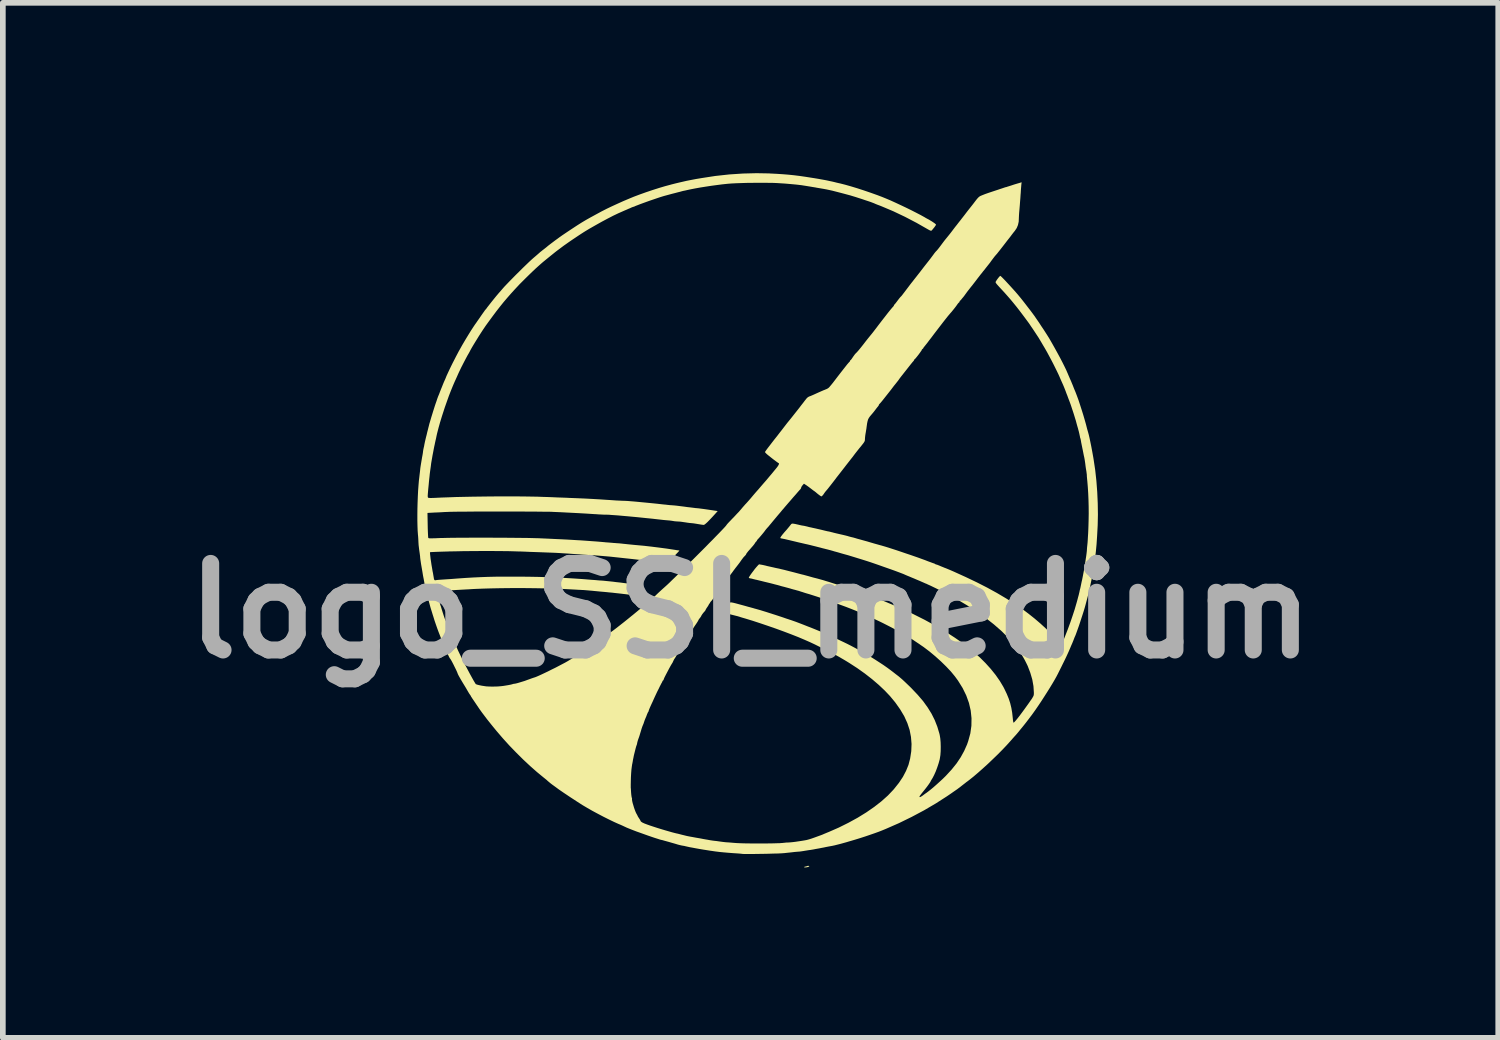
<source format=kicad_pcb>
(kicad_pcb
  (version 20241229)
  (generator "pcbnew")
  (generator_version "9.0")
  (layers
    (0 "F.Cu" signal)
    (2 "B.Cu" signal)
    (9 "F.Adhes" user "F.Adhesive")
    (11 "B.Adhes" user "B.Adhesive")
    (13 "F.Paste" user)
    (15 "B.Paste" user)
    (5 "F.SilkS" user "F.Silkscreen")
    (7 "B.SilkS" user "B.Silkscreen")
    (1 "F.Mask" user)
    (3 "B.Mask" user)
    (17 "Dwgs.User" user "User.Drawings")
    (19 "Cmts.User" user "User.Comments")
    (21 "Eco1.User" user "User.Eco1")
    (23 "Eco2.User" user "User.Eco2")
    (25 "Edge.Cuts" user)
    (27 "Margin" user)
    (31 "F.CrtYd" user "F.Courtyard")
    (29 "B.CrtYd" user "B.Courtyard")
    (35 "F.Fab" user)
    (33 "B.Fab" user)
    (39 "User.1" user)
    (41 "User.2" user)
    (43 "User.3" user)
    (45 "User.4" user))
  (footprint "logo_SSI_medium"
    (layer "F.Cu")
    (at 10.167 7.707)
    (property "Reference" "logo_SSI_medium" (at 0 0 0) (layer "F.Fab") (effects (font (size 1.524 1.524) (thickness 0.3))))
    (attr board_only exclude_from_pos_files exclude_from_bom)
    (fp_poly (pts (xy 1.025 4.492) (xy 1.036 4.498) (xy 1.031 4.504) (xy 1.029 4.505) (xy 1.01 4.512) (xy 0.986 4.517) (xy 0.964 4.519) (xy 0.948 4.518) (xy 0.944 4.515) (xy 0.951 4.507) (xy 0.961 4.505) (xy 0.982 4.501) (xy 0.994 4.496) (xy 1.013 4.49)) (stroke (width 0) (type solid)) (fill yes) (layer "F.SilkS"))
    (fp_poly (pts (xy 0.332 -7.703) (xy 0.337 -7.702) (xy 0.458 -7.696) (xy 0.566 -7.689) (xy 0.666 -7.681) (xy 0.763 -7.671) (xy 0.861 -7.659) (xy 0.965 -7.644) (xy 1.079 -7.626) (xy 1.118 -7.62) (xy 1.191 -7.608) (xy 1.251 -7.597) (xy 1.302 -7.588) (xy 1.348 -7.579) (xy 1.393 -7.569) (xy 1.441 -7.559) (xy 1.483 -7.549) (xy 1.518 -7.54) (xy 1.549 -7.533) (xy 1.57 -7.528) (xy 1.573 -7.528) (xy 1.663 -7.505) (xy 1.766 -7.476) (xy 1.878 -7.442) (xy 1.995 -7.404) (xy 2.115 -7.363) (xy 2.233 -7.321) (xy 2.312 -7.291) (xy 2.381 -7.263) (xy 2.462 -7.229) (xy 2.55 -7.189) (xy 2.642 -7.146) (xy 2.737 -7.101) (xy 2.829 -7.056) (xy 2.917 -7.011) (xy 2.996 -6.97) (xy 3.065 -6.932) (xy 3.086 -6.919) (xy 3.11 -6.906) (xy 3.127 -6.897) (xy 3.133 -6.894) (xy 3.141 -6.89) (xy 3.16 -6.878) (xy 3.187 -6.862) (xy 3.204 -6.851) (xy 3.238 -6.828) (xy 3.259 -6.811) (xy 3.267 -6.8) (xy 3.267 -6.798) (xy 3.253 -6.776) (xy 3.235 -6.751) (xy 3.215 -6.727) (xy 3.198 -6.706) (xy 3.186 -6.695) (xy 3.184 -6.693) (xy 3.171 -6.695) (xy 3.15 -6.704) (xy 3.132 -6.714) (xy 2.925 -6.832) (xy 2.718 -6.94) (xy 2.514 -7.037) (xy 2.315 -7.121) (xy 2.278 -7.136) (xy 2.24 -7.15) (xy 2.205 -7.164) (xy 2.178 -7.176) (xy 2.168 -7.18) (xy 2.147 -7.188) (xy 2.113 -7.201) (xy 2.068 -7.216) (xy 2.016 -7.233) (xy 1.961 -7.252) (xy 1.904 -7.27) (xy 1.849 -7.288) (xy 1.799 -7.303) (xy 1.757 -7.316) (xy 1.734 -7.322) (xy 1.645 -7.346) (xy 1.569 -7.366) (xy 1.503 -7.383) (xy 1.445 -7.398) (xy 1.391 -7.41) (xy 1.339 -7.421) (xy 1.285 -7.431) (xy 1.227 -7.441) (xy 1.161 -7.452) (xy 1.148 -7.455) (xy 1.098 -7.463) (xy 1.045 -7.472) (xy 0.996 -7.48) (xy 0.965 -7.485) (xy 0.895 -7.496) (xy 0.81 -7.506) (xy 0.714 -7.515) (xy 0.61 -7.524) (xy 0.5 -7.531) (xy 0.472 -7.533) (xy 0.401 -7.536) (xy 0.319 -7.537) (xy 0.227 -7.538) (xy 0.13 -7.538) (xy 0.031 -7.537) (xy -0.068 -7.536) (xy -0.163 -7.533) (xy -0.252 -7.53) (xy -0.331 -7.526) (xy -0.397 -7.521) (xy -0.417 -7.519) (xy -0.501 -7.51) (xy -0.594 -7.498) (xy -0.691 -7.485) (xy -0.789 -7.47) (xy -0.884 -7.455) (xy -0.973 -7.439) (xy -1.05 -7.424) (xy -1.092 -7.415) (xy -1.124 -7.408) (xy -1.149 -7.402) (xy -1.164 -7.399) (xy -1.165 -7.399) (xy -1.176 -7.397) (xy -1.201 -7.391) (xy -1.237 -7.381) (xy -1.281 -7.37) (xy -1.33 -7.357) (xy -1.382 -7.344) (xy -1.433 -7.33) (xy -1.481 -7.317) (xy -1.522 -7.306) (xy -1.555 -7.296) (xy -1.6 -7.282) (xy -1.653 -7.264) (xy -1.712 -7.244) (xy -1.774 -7.223) (xy -1.835 -7.201) (xy -1.893 -7.18) (xy -1.945 -7.161) (xy -1.988 -7.144) (xy -2.02 -7.132) (xy -2.029 -7.128) (xy -2.048 -7.119) (xy -2.061 -7.115) (xy -2.061 -7.115) (xy -2.066 -7.114) (xy -2.075 -7.111) (xy -2.091 -7.105) (xy -2.116 -7.093) (xy -2.155 -7.077) (xy -2.159 -7.075) (xy -2.188 -7.062) (xy -2.224 -7.047) (xy -2.253 -7.034) (xy -2.33 -7) (xy -2.418 -6.958) (xy -2.515 -6.908) (xy -2.618 -6.853) (xy -2.725 -6.793) (xy -2.834 -6.731) (xy -2.899 -6.692) (xy -2.933 -6.671) (xy -2.978 -6.642) (xy -3.03 -6.608) (xy -3.085 -6.571) (xy -3.142 -6.533) (xy -3.196 -6.496) (xy -3.244 -6.462) (xy -3.284 -6.434) (xy -3.307 -6.417) (xy -3.339 -6.393) (xy -3.372 -6.368) (xy -3.398 -6.349) (xy -3.399 -6.348) (xy -3.419 -6.333) (xy -3.447 -6.311) (xy -3.484 -6.281) (xy -3.53 -6.244) (xy -3.588 -6.197) (xy -3.654 -6.143) (xy -3.69 -6.112) (xy -3.736 -6.071) (xy -3.789 -6.023) (xy -3.846 -5.969) (xy -3.904 -5.913) (xy -3.962 -5.856) (xy -4.017 -5.801) (xy -4.067 -5.751) (xy -4.079 -5.738) (xy -4.152 -5.66) (xy -4.22 -5.585) (xy -4.284 -5.512) (xy -4.347 -5.438) (xy -4.409 -5.361) (xy -4.474 -5.278) (xy -4.542 -5.187) (xy -4.617 -5.085) (xy -4.664 -5.02) (xy -4.687 -4.986) (xy -4.716 -4.943) (xy -4.749 -4.892) (xy -4.784 -4.838) (xy -4.819 -4.781) (xy -4.853 -4.726) (xy -4.884 -4.675) (xy -4.91 -4.631) (xy -4.929 -4.597) (xy -4.937 -4.582) (xy -4.946 -4.564) (xy -4.961 -4.537) (xy -4.979 -4.506) (xy -4.982 -4.501) (xy -5.016 -4.438) (xy -5.054 -4.365) (xy -5.093 -4.289) (xy -5.129 -4.214) (xy -5.148 -4.173) (xy -5.166 -4.132) (xy -5.184 -4.092) (xy -5.199 -4.059) (xy -5.207 -4.042) (xy -5.239 -3.968) (xy -5.275 -3.88) (xy -5.312 -3.785) (xy -5.348 -3.684) (xy -5.384 -3.582) (xy -5.416 -3.483) (xy -5.432 -3.434) (xy -5.444 -3.395) (xy -5.455 -3.359) (xy -5.463 -3.332) (xy -5.467 -3.32) (xy -5.478 -3.28) (xy -5.492 -3.231) (xy -5.506 -3.177) (xy -5.519 -3.126) (xy -5.529 -3.082) (xy -5.53 -3.077) (xy -5.538 -3.037) (xy -5.549 -2.99) (xy -5.559 -2.944) (xy -5.56 -2.937) (xy -5.569 -2.897) (xy -5.579 -2.847) (xy -5.589 -2.793) (xy -5.6 -2.737) (xy -5.609 -2.684) (xy -5.617 -2.638) (xy -5.623 -2.603) (xy -5.624 -2.597) (xy -5.631 -2.54) (xy -5.638 -2.491) (xy -5.644 -2.447) (xy -5.649 -2.407) (xy -5.653 -2.366) (xy -5.658 -2.323) (xy -5.663 -2.274) (xy -5.668 -2.217) (xy -5.675 -2.149) (xy -5.682 -2.067) (xy -5.683 -2.052) (xy -5.685 -2.019) (xy -5.682 -1.999) (xy -5.677 -1.992) (xy -5.662 -1.988) (xy -5.631 -1.987) (xy -5.584 -1.988) (xy -5.542 -1.99) (xy -5.437 -1.995) (xy -5.317 -1.999) (xy -5.186 -2.004) (xy -5.045 -2.007) (xy -4.897 -2.01) (xy -4.745 -2.012) (xy -4.59 -2.014) (xy -4.436 -2.015) (xy -4.284 -2.015) (xy -4.137 -2.015) (xy -3.998 -2.014) (xy -3.868 -2.012) (xy -3.75 -2.01) (xy -3.647 -2.006) (xy -3.643 -2.006) (xy -3.573 -2.004) (xy -3.493 -2.001) (xy -3.407 -1.997) (xy -3.32 -1.994) (xy -3.239 -1.991) (xy -3.205 -1.989) (xy -3.05 -1.983) (xy -2.91 -1.977) (xy -2.78 -1.97) (xy -2.657 -1.963) (xy -2.539 -1.955) (xy -2.474 -1.951) (xy -2.417 -1.947) (xy -2.363 -1.943) (xy -2.315 -1.941) (xy -2.276 -1.939) (xy -2.25 -1.938) (xy -2.248 -1.938) (xy -2.217 -1.937) (xy -2.171 -1.935) (xy -2.11 -1.93) (xy -2.037 -1.924) (xy -1.952 -1.916) (xy -1.858 -1.907) (xy -1.755 -1.897) (xy -1.646 -1.886) (xy -1.531 -1.873) (xy -1.496 -1.87) (xy -1.455 -1.865) (xy -1.415 -1.861) (xy -1.382 -1.859) (xy -1.373 -1.858) (xy -1.344 -1.856) (xy -1.305 -1.852) (xy -1.265 -1.847) (xy -1.258 -1.846) (xy -1.177 -1.836) (xy -1.112 -1.827) (xy -1.059 -1.821) (xy -1.018 -1.816) (xy -0.987 -1.812) (xy -0.964 -1.809) (xy -0.947 -1.808) (xy -0.939 -1.807) (xy -0.915 -1.805) (xy -0.878 -1.8) (xy -0.83 -1.794) (xy -0.774 -1.786) (xy -0.713 -1.777) (xy -0.652 -1.768) (xy -0.64 -1.766) (xy -0.578 -1.757) (xy -0.609 -1.722) (xy -0.669 -1.656) (xy -0.719 -1.603) (xy -0.758 -1.563) (xy -0.789 -1.535) (xy -0.811 -1.518) (xy -0.825 -1.513) (xy -0.843 -1.515) (xy -0.872 -1.519) (xy -0.907 -1.525) (xy -0.914 -1.526) (xy -0.956 -1.533) (xy -1 -1.54) (xy -1.037 -1.544) (xy -1.037 -1.544) (xy -1.073 -1.547) (xy -1.117 -1.553) (xy -1.16 -1.56) (xy -1.164 -1.56) (xy -1.203 -1.566) (xy -1.241 -1.571) (xy -1.272 -1.573) (xy -1.276 -1.573) (xy -1.311 -1.575) (xy -1.349 -1.579) (xy -1.358 -1.581) (xy -1.389 -1.586) (xy -1.428 -1.591) (xy -1.454 -1.593) (xy -1.489 -1.596) (xy -1.533 -1.6) (xy -1.577 -1.605) (xy -1.585 -1.606) (xy -1.657 -1.614) (xy -1.735 -1.623) (xy -1.818 -1.631) (xy -1.904 -1.64) (xy -1.992 -1.649) (xy -2.078 -1.657) (xy -2.163 -1.665) (xy -2.244 -1.672) (xy -2.319 -1.679) (xy -2.387 -1.684) (xy -2.446 -1.688) (xy -2.493 -1.692) (xy -2.528 -1.693) (xy -2.549 -1.693) (xy -2.554 -1.693) (xy -2.564 -1.693) (xy -2.589 -1.694) (xy -2.626 -1.696) (xy -2.672 -1.698) (xy -2.724 -1.702) (xy -2.749 -1.703) (xy -2.87 -1.711) (xy -3.007 -1.719) (xy -3.161 -1.727) (xy -3.332 -1.736) (xy -3.473 -1.742) (xy -3.506 -1.744) (xy -3.555 -1.745) (xy -3.618 -1.745) (xy -3.693 -1.746) (xy -3.778 -1.747) (xy -3.873 -1.747) (xy -3.975 -1.748) (xy -4.083 -1.748) (xy -4.196 -1.748) (xy -4.311 -1.749) (xy -4.428 -1.749) (xy -4.544 -1.748) (xy -4.658 -1.748) (xy -4.769 -1.748) (xy -4.874 -1.748) (xy -4.973 -1.747) (xy -5.064 -1.746) (xy -5.144 -1.746) (xy -5.214 -1.745) (xy -5.27 -1.744) (xy -5.311 -1.743) (xy -5.326 -1.742) (xy -5.385 -1.74) (xy -5.448 -1.736) (xy -5.51 -1.733) (xy -5.563 -1.731) (xy -5.58 -1.73) (xy -5.689 -1.724) (xy -5.685 -1.509) (xy -5.684 -1.45) (xy -5.682 -1.396) (xy -5.68 -1.35) (xy -5.678 -1.314) (xy -5.676 -1.291) (xy -5.674 -1.283) (xy -5.668 -1.28) (xy -5.655 -1.277) (xy -5.632 -1.276) (xy -5.598 -1.277) (xy -5.551 -1.278) (xy -5.509 -1.28) (xy -5.463 -1.282) (xy -5.402 -1.283) (xy -5.327 -1.285) (xy -5.241 -1.286) (xy -5.144 -1.287) (xy -5.039 -1.287) (xy -4.928 -1.288) (xy -4.812 -1.288) (xy -4.693 -1.288) (xy -4.572 -1.288) (xy -4.452 -1.287) (xy -4.334 -1.287) (xy -4.22 -1.286) (xy -4.112 -1.285) (xy -4.011 -1.284) (xy -3.919 -1.283) (xy -3.838 -1.281) (xy -3.77 -1.279) (xy -3.716 -1.278) (xy -3.706 -1.277) (xy -3.568 -1.271) (xy -3.445 -1.265) (xy -3.335 -1.26) (xy -3.237 -1.255) (xy -3.148 -1.25) (xy -3.067 -1.245) (xy -2.992 -1.241) (xy -2.921 -1.236) (xy -2.852 -1.231) (xy -2.784 -1.226) (xy -2.714 -1.221) (xy -2.641 -1.215) (xy -2.563 -1.208) (xy -2.559 -1.207) (xy -2.503 -1.203) (xy -2.453 -1.199) (xy -2.41 -1.195) (xy -2.377 -1.193) (xy -2.358 -1.191) (xy -2.355 -1.191) (xy -2.339 -1.19) (xy -2.31 -1.188) (xy -2.271 -1.184) (xy -2.227 -1.179) (xy -2.214 -1.178) (xy -2.159 -1.172) (xy -2.098 -1.166) (xy -2.039 -1.16) (xy -1.993 -1.156) (xy -1.873 -1.145) (xy -1.742 -1.13) (xy -1.606 -1.113) (xy -1.47 -1.095) (xy -1.34 -1.075) (xy -1.338 -1.075) (xy -1.303 -1.069) (xy -1.275 -1.065) (xy -1.257 -1.063) (xy -1.253 -1.063) (xy -1.256 -1.057) (xy -1.268 -1.042) (xy -1.289 -1.02) (xy -1.315 -0.993) (xy -1.344 -0.964) (xy -1.374 -0.934) (xy -1.402 -0.906) (xy -1.427 -0.883) (xy -1.446 -0.867) (xy -1.447 -0.866) (xy -1.479 -0.84) (xy -1.554 -0.85) (xy -1.597 -0.856) (xy -1.644 -0.862) (xy -1.683 -0.868) (xy -1.687 -0.868) (xy -1.726 -0.873) (xy -1.767 -0.878) (xy -1.794 -0.88) (xy -1.826 -0.883) (xy -1.867 -0.887) (xy -1.907 -0.892) (xy -1.908 -0.892) (xy -1.939 -0.896) (xy -1.975 -0.9) (xy -2.018 -0.905) (xy -2.071 -0.911) (xy -2.135 -0.918) (xy -2.211 -0.926) (xy -2.302 -0.936) (xy -2.367 -0.943) (xy -2.479 -0.955) (xy -2.585 -0.964) (xy -2.682 -0.972) (xy -2.768 -0.979) (xy -2.818 -0.981) (xy -2.853 -0.983) (xy -2.898 -0.986) (xy -2.95 -0.989) (xy -3.002 -0.993) (xy -3.009 -0.994) (xy -3.116 -1.001) (xy -3.209 -1.008) (xy -3.293 -1.013) (xy -3.37 -1.018) (xy -3.446 -1.022) (xy -3.523 -1.025) (xy -3.604 -1.028) (xy -3.63 -1.029) (xy -3.707 -1.032) (xy -3.794 -1.035) (xy -3.884 -1.038) (xy -3.972 -1.042) (xy -4.051 -1.045) (xy -4.072 -1.045) (xy -4.164 -1.048) (xy -4.27 -1.051) (xy -4.388 -1.052) (xy -4.514 -1.053) (xy -4.647 -1.054) (xy -4.783 -1.053) (xy -4.92 -1.052) (xy -5.055 -1.051) (xy -5.185 -1.048) (xy -5.307 -1.046) (xy -5.325 -1.045) (xy -5.397 -1.043) (xy -5.463 -1.041) (xy -5.521 -1.039) (xy -5.57 -1.037) (xy -5.609 -1.035) (xy -5.633 -1.034) (xy -5.643 -1.032) (xy -5.643 -1.032) (xy -5.645 -1.022) (xy -5.643 -0.997) (xy -5.639 -0.961) (xy -5.634 -0.916) (xy -5.626 -0.864) (xy -5.618 -0.809) (xy -5.608 -0.752) (xy -5.599 -0.697) (xy -5.592 -0.665) (xy -5.587 -0.634) (xy -5.582 -0.605) (xy -5.58 -0.594) (xy -5.575 -0.562) (xy -5.568 -0.545) (xy -5.558 -0.538) (xy -5.544 -0.539) (xy -5.527 -0.542) (xy -5.498 -0.545) (xy -5.459 -0.548) (xy -5.414 -0.551) (xy -5.398 -0.552) (xy -5.34 -0.556) (xy -5.275 -0.56) (xy -5.212 -0.565) (xy -5.16 -0.569) (xy -5.02 -0.579) (xy -4.886 -0.587) (xy -4.754 -0.593) (xy -4.622 -0.598) (xy -4.485 -0.601) (xy -4.341 -0.602) (xy -4.186 -0.602) (xy -4.063 -0.602) (xy -3.887 -0.6) (xy -3.723 -0.597) (xy -3.568 -0.592) (xy -3.418 -0.587) (xy -3.269 -0.579) (xy -3.116 -0.57) (xy -2.956 -0.559) (xy -2.785 -0.545) (xy -2.754 -0.543) (xy -2.707 -0.539) (xy -2.663 -0.535) (xy -2.625 -0.533) (xy -2.599 -0.531) (xy -2.597 -0.531) (xy -2.569 -0.528) (xy -2.53 -0.524) (xy -2.48 -0.519) (xy -2.423 -0.513) (xy -2.36 -0.505) (xy -2.294 -0.498) (xy -2.227 -0.489) (xy -2.161 -0.481) (xy -2.098 -0.473) (xy -2.04 -0.465) (xy -1.99 -0.459) (xy -1.949 -0.453) (xy -1.921 -0.448) (xy -1.906 -0.445) (xy -1.905 -0.445) (xy -1.908 -0.438) (xy -1.922 -0.425) (xy -1.93 -0.419) (xy -1.948 -0.403) (xy -1.976 -0.38) (xy -2.007 -0.353) (xy -2.025 -0.338) (xy -2.092 -0.28) (xy -2.136 -0.285) (xy -2.163 -0.288) (xy -2.201 -0.293) (xy -2.245 -0.298) (xy -2.278 -0.302) (xy -2.323 -0.307) (xy -2.379 -0.313) (xy -2.439 -0.32) (xy -2.497 -0.325) (xy -2.512 -0.327) (xy -2.574 -0.333) (xy -2.644 -0.339) (xy -2.715 -0.346) (xy -2.778 -0.352) (xy -2.784 -0.353) (xy -2.833 -0.357) (xy -2.878 -0.361) (xy -2.915 -0.364) (xy -2.941 -0.366) (xy -2.95 -0.367) (xy -2.966 -0.367) (xy -2.997 -0.369) (xy -3.04 -0.371) (xy -3.091 -0.374) (xy -3.148 -0.377) (xy -3.188 -0.379) (xy -3.318 -0.386) (xy -3.461 -0.391) (xy -3.614 -0.395) (xy -3.773 -0.398) (xy -3.936 -0.4) (xy -4.1 -0.401) (xy -4.263 -0.4) (xy -4.421 -0.398) (xy -4.572 -0.395) (xy -4.712 -0.391) (xy -4.841 -0.386) (xy -4.901 -0.383) (xy -4.959 -0.379) (xy -5.019 -0.376) (xy -5.076 -0.373) (xy -5.125 -0.37) (xy -5.147 -0.369) (xy -5.196 -0.366) (xy -5.253 -0.362) (xy -5.311 -0.356) (xy -5.347 -0.352) (xy -5.391 -0.348) (xy -5.432 -0.344) (xy -5.465 -0.341) (xy -5.485 -0.34) (xy -5.502 -0.339) (xy -5.512 -0.334) (xy -5.516 -0.323) (xy -5.515 -0.303) (xy -5.507 -0.27) (xy -5.499 -0.24) (xy -5.49 -0.206) (xy -5.483 -0.177) (xy -5.478 -0.157) (xy -5.478 -0.155) (xy -5.472 -0.134) (xy -5.464 -0.107) (xy -5.463 -0.104) (xy -5.452 -0.074) (xy -5.443 -0.044) (xy -5.443 -0.043) (xy -5.421 0.028) (xy -5.402 0.087) (xy -5.386 0.133) (xy -5.373 0.166) (xy -5.364 0.183) (xy -5.364 0.183) (xy -5.355 0.198) (xy -5.343 0.225) (xy -5.329 0.259) (xy -5.322 0.281) (xy -5.309 0.317) (xy -5.298 0.348) (xy -5.29 0.371) (xy -5.287 0.378) (xy -5.28 0.396) (xy -5.269 0.422) (xy -5.262 0.441) (xy -5.249 0.475) (xy -5.235 0.508) (xy -5.229 0.522) (xy -5.219 0.544) (xy -5.205 0.577) (xy -5.187 0.616) (xy -5.172 0.65) (xy -5.15 0.7) (xy -5.121 0.76) (xy -5.089 0.826) (xy -5.054 0.896) (xy -5.017 0.968) (xy -4.979 1.04) (xy -4.943 1.108) (xy -4.909 1.17) (xy -4.879 1.224) (xy -4.854 1.266) (xy -4.839 1.29) (xy -4.828 1.295) (xy -4.804 1.303) (xy -4.77 1.311) (xy -4.731 1.319) (xy -4.69 1.325) (xy -4.651 1.331) (xy -4.641 1.331) (xy -4.611 1.333) (xy -4.569 1.334) (xy -4.522 1.334) (xy -4.475 1.333) (xy -4.434 1.331) (xy -4.425 1.33) (xy -4.391 1.327) (xy -4.349 1.322) (xy -4.306 1.315) (xy -4.264 1.308) (xy -4.228 1.301) (xy -4.203 1.295) (xy -4.197 1.293) (xy -4.173 1.286) (xy -4.155 1.284) (xy -4.137 1.281) (xy -4.108 1.274) (xy -4.07 1.263) (xy -4.028 1.25) (xy -3.985 1.237) (xy -3.945 1.223) (xy -3.944 1.222) (xy -3.896 1.205) (xy -3.858 1.191) (xy -3.823 1.179) (xy -3.791 1.169) (xy -3.766 1.159) (xy -3.729 1.143) (xy -3.681 1.121) (xy -3.626 1.095) (xy -3.565 1.066) (xy -3.502 1.034) (xy -3.438 1.003) (xy -3.377 0.971) (xy -3.32 0.941) (xy -3.27 0.915) (xy -3.229 0.892) (xy -3.202 0.876) (xy -3.169 0.856) (xy -3.142 0.839) (xy -3.123 0.828) (xy -3.116 0.825) (xy -3.106 0.82) (xy -3.088 0.809) (xy -3.069 0.797) (xy -3.038 0.777) (xy -3.002 0.754) (xy -2.978 0.739) (xy -2.943 0.717) (xy -2.898 0.687) (xy -2.841 0.65) (xy -2.772 0.604) (xy -2.746 0.587) (xy -2.693 0.551) (xy -2.641 0.514) (xy -2.596 0.481) (xy -2.584 0.472) (xy -2.555 0.449) (xy -2.524 0.426) (xy -2.512 0.416) (xy -2.489 0.399) (xy -2.458 0.375) (xy -2.425 0.351) (xy -2.418 0.346) (xy -2.363 0.304) (xy -2.299 0.254) (xy -2.229 0.199) (xy -2.158 0.142) (xy -2.088 0.085) (xy -2.075 0.075) (xy -2.04 0.046) (xy -2 0.013) (xy -1.965 -0.016) (xy -1.965 -0.016) (xy -1.933 -0.043) (xy -1.894 -0.075) (xy -1.856 -0.109) (xy -1.84 -0.123) (xy -1.81 -0.15) (xy -1.782 -0.174) (xy -1.76 -0.191) (xy -1.751 -0.198) (xy -1.737 -0.21) (xy -1.714 -0.23) (xy -1.685 -0.257) (xy -1.653 -0.288) (xy -1.649 -0.292) (xy -1.613 -0.326) (xy -1.576 -0.36) (xy -1.542 -0.391) (xy -1.517 -0.413) (xy -1.497 -0.431) (xy -1.466 -0.459) (xy -1.427 -0.496) (xy -1.381 -0.541) (xy -1.328 -0.592) (xy -1.269 -0.65) (xy -1.206 -0.712) (xy -1.139 -0.778) (xy -1.07 -0.847) (xy -1 -0.917) (xy -0.929 -0.988) (xy -0.859 -1.058) (xy -0.79 -1.127) (xy -0.725 -1.194) (xy -0.663 -1.256) (xy -0.606 -1.315) (xy -0.555 -1.367) (xy -0.511 -1.413) (xy -0.475 -1.451) (xy -0.448 -1.48) (xy -0.431 -1.5) (xy -0.425 -1.508) (xy -0.425 -1.508) (xy -0.419 -1.517) (xy -0.404 -1.535) (xy -0.38 -1.561) (xy -0.349 -1.593) (xy -0.314 -1.63) (xy -0.312 -1.631) (xy -0.274 -1.671) (xy -0.238 -1.71) (xy -0.205 -1.744) (xy -0.18 -1.773) (xy -0.166 -1.789) (xy -0.143 -1.817) (xy -0.114 -1.85) (xy -0.086 -1.882) (xy -0.084 -1.883) (xy -0.056 -1.914) (xy -0.023 -1.951) (xy 0.009 -1.988) (xy 0.018 -1.999) (xy 0.049 -2.036) (xy 0.085 -2.078) (xy 0.12 -2.118) (xy 0.132 -2.131) (xy 0.179 -2.186) (xy 0.229 -2.244) (xy 0.28 -2.302) (xy 0.328 -2.36) (xy 0.374 -2.414) (xy 0.414 -2.463) (xy 0.448 -2.504) (xy 0.473 -2.535) (xy 0.478 -2.543) (xy 0.493 -2.566) (xy 0.501 -2.586) (xy 0.5 -2.599) (xy 0.495 -2.601) (xy 0.486 -2.606) (xy 0.466 -2.62) (xy 0.438 -2.641) (xy 0.404 -2.666) (xy 0.367 -2.695) (xy 0.328 -2.726) (xy 0.296 -2.752) (xy 0.275 -2.771) (xy 0.26 -2.787) (xy 0.256 -2.795) (xy 0.257 -2.8) (xy 0.262 -2.809) (xy 0.272 -2.823) (xy 0.287 -2.844) (xy 0.308 -2.872) (xy 0.336 -2.908) (xy 0.372 -2.955) (xy 0.416 -3.012) (xy 0.471 -3.081) (xy 0.487 -3.102) (xy 0.517 -3.141) (xy 0.547 -3.179) (xy 0.573 -3.213) (xy 0.592 -3.238) (xy 0.617 -3.27) (xy 0.643 -3.304) (xy 0.66 -3.325) (xy 0.683 -3.353) (xy 0.713 -3.39) (xy 0.747 -3.433) (xy 0.784 -3.48) (xy 0.823 -3.529) (xy 0.86 -3.576) (xy 0.894 -3.621) (xy 0.924 -3.659) (xy 0.947 -3.689) (xy 0.961 -3.708) (xy 0.962 -3.708) (xy 0.987 -3.74) (xy 1.009 -3.761) (xy 1.032 -3.774) (xy 1.046 -3.779) (xy 1.062 -3.785) (xy 1.09 -3.797) (xy 1.124 -3.812) (xy 1.148 -3.823) (xy 1.192 -3.843) (xy 1.242 -3.865) (xy 1.288 -3.885) (xy 1.302 -3.89) (xy 1.323 -3.899) (xy 1.341 -3.906) (xy 1.356 -3.914) (xy 1.37 -3.923) (xy 1.385 -3.936) (xy 1.401 -3.955) (xy 1.422 -3.98) (xy 1.449 -4.013) (xy 1.482 -4.056) (xy 1.524 -4.111) (xy 1.53 -4.119) (xy 1.585 -4.19) (xy 1.631 -4.249) (xy 1.668 -4.296) (xy 1.696 -4.332) (xy 1.718 -4.358) (xy 1.733 -4.375) (xy 1.741 -4.384) (xy 1.745 -4.386) (xy 1.75 -4.393) (xy 1.751 -4.399) (xy 1.755 -4.41) (xy 1.759 -4.412) (xy 1.767 -4.418) (xy 1.781 -4.436) (xy 1.798 -4.461) (xy 1.801 -4.466) (xy 1.821 -4.494) (xy 1.84 -4.52) (xy 1.855 -4.536) (xy 1.855 -4.536) (xy 1.877 -4.558) (xy 1.906 -4.591) (xy 1.942 -4.635) (xy 1.984 -4.688) (xy 2.027 -4.744) (xy 2.05 -4.773) (xy 2.073 -4.802) (xy 2.087 -4.819) (xy 2.103 -4.839) (xy 2.127 -4.868) (xy 2.155 -4.903) (xy 2.184 -4.941) (xy 2.212 -4.977) (xy 2.236 -5.009) (xy 2.248 -5.025) (xy 2.278 -5.064) (xy 2.311 -5.107) (xy 2.346 -5.152) (xy 2.382 -5.198) (xy 2.416 -5.242) (xy 2.448 -5.282) (xy 2.476 -5.316) (xy 2.498 -5.342) (xy 2.513 -5.358) (xy 2.517 -5.363) (xy 2.524 -5.372) (xy 2.525 -5.377) (xy 2.529 -5.389) (xy 2.532 -5.391) (xy 2.54 -5.399) (xy 2.555 -5.417) (xy 2.575 -5.443) (xy 2.587 -5.459) (xy 2.609 -5.488) (xy 2.627 -5.511) (xy 2.64 -5.526) (xy 2.644 -5.53) (xy 2.648 -5.534) (xy 2.656 -5.542) (xy 2.668 -5.556) (xy 2.685 -5.579) (xy 2.709 -5.61) (xy 2.74 -5.651) (xy 2.781 -5.705) (xy 2.784 -5.709) (xy 2.805 -5.737) (xy 2.832 -5.772) (xy 2.861 -5.808) (xy 2.869 -5.819) (xy 2.932 -5.899) (xy 2.993 -5.977) (xy 3.045 -6.045) (xy 3.074 -6.082) (xy 3.107 -6.124) (xy 3.137 -6.162) (xy 3.141 -6.167) (xy 3.168 -6.202) (xy 3.195 -6.238) (xy 3.218 -6.269) (xy 3.221 -6.273) (xy 3.242 -6.302) (xy 3.263 -6.327) (xy 3.277 -6.341) (xy 3.292 -6.358) (xy 3.313 -6.384) (xy 3.337 -6.415) (xy 3.348 -6.43) (xy 3.377 -6.469) (xy 3.41 -6.513) (xy 3.441 -6.552) (xy 3.447 -6.559) (xy 3.477 -6.596) (xy 3.511 -6.638) (xy 3.541 -6.677) (xy 3.545 -6.682) (xy 3.572 -6.718) (xy 3.604 -6.76) (xy 3.636 -6.8) (xy 3.645 -6.812) (xy 3.673 -6.848) (xy 3.702 -6.884) (xy 3.726 -6.916) (xy 3.735 -6.927) (xy 3.773 -6.976) (xy 3.811 -7.026) (xy 3.847 -7.072) (xy 3.878 -7.111) (xy 3.901 -7.14) (xy 3.922 -7.167) (xy 3.948 -7.201) (xy 3.967 -7.226) (xy 3.989 -7.254) (xy 4.012 -7.279) (xy 4.029 -7.294) (xy 4.049 -7.306) (xy 4.085 -7.321) (xy 4.133 -7.34) (xy 4.193 -7.361) (xy 4.262 -7.384) (xy 4.31 -7.4) (xy 4.35 -7.413) (xy 4.391 -7.427) (xy 4.425 -7.438) (xy 4.454 -7.448) (xy 4.478 -7.456) (xy 4.49 -7.46) (xy 4.497 -7.461) (xy 4.509 -7.464) (xy 4.526 -7.47) (xy 4.552 -7.478) (xy 4.59 -7.49) (xy 4.641 -7.507) (xy 4.641 -7.507) (xy 4.674 -7.517) (xy 4.704 -7.526) (xy 4.722 -7.531) (xy 4.746 -7.538) (xy 4.763 -7.544) (xy 4.774 -7.546) (xy 4.774 -7.539) (xy 4.772 -7.527) (xy 4.769 -7.502) (xy 4.766 -7.464) (xy 4.762 -7.416) (xy 4.759 -7.362) (xy 4.756 -7.328) (xy 4.752 -7.266) (xy 4.747 -7.205) (xy 4.743 -7.149) (xy 4.739 -7.102) (xy 4.736 -7.066) (xy 4.735 -7.056) (xy 4.731 -7.012) (xy 4.728 -6.965) (xy 4.726 -6.924) (xy 4.726 -6.922) (xy 4.723 -6.853) (xy 4.71 -6.794) (xy 4.688 -6.741) (xy 4.654 -6.69) (xy 4.642 -6.676) (xy 4.623 -6.652) (xy 4.605 -6.628) (xy 4.603 -6.626) (xy 4.587 -6.604) (xy 4.567 -6.578) (xy 4.561 -6.57) (xy 4.545 -6.55) (xy 4.522 -6.521) (xy 4.496 -6.487) (xy 4.476 -6.461) (xy 4.431 -6.403) (xy 4.392 -6.353) (xy 4.361 -6.314) (xy 4.338 -6.285) (xy 4.323 -6.269) (xy 4.323 -6.268) (xy 4.311 -6.255) (xy 4.293 -6.233) (xy 4.272 -6.205) (xy 4.25 -6.176) (xy 4.231 -6.15) (xy 4.225 -6.141) (xy 4.213 -6.125) (xy 4.194 -6.101) (xy 4.175 -6.077) (xy 4.152 -6.048) (xy 4.13 -6.02) (xy 4.116 -6.002) (xy 4.095 -5.977) (xy 4.073 -5.948) (xy 4.068 -5.942) (xy 4.05 -5.92) (xy 4.027 -5.89) (xy 4.002 -5.858) (xy 3.995 -5.849) (xy 3.971 -5.817) (xy 3.94 -5.777) (xy 3.907 -5.734) (xy 3.88 -5.701) (xy 3.852 -5.665) (xy 3.826 -5.632) (xy 3.805 -5.604) (xy 3.792 -5.585) (xy 3.791 -5.585) (xy 3.772 -5.558) (xy 3.75 -5.529) (xy 3.727 -5.502) (xy 3.708 -5.478) (xy 3.693 -5.463) (xy 3.688 -5.459) (xy 3.681 -5.449) (xy 3.681 -5.444) (xy 3.677 -5.433) (xy 3.673 -5.432) (xy 3.665 -5.425) (xy 3.651 -5.409) (xy 3.642 -5.396) (xy 3.623 -5.369) (xy 3.598 -5.336) (xy 3.571 -5.302) (xy 3.548 -5.274) (xy 3.541 -5.265) (xy 3.521 -5.243) (xy 3.501 -5.219) (xy 3.477 -5.191) (xy 3.451 -5.158) (xy 3.42 -5.119) (xy 3.384 -5.073) (xy 3.341 -5.017) (xy 3.291 -4.952) (xy 3.232 -4.875) (xy 3.184 -4.811) (xy 3.145 -4.761) (xy 3.116 -4.722) (xy 3.093 -4.693) (xy 3.077 -4.673) (xy 3.065 -4.658) (xy 3.057 -4.648) (xy 3.054 -4.645) (xy 3.045 -4.632) (xy 3.043 -4.626) (xy 3.036 -4.616) (xy 3.03 -4.613) (xy 3.019 -4.603) (xy 3.018 -4.599) (xy 3.013 -4.587) (xy 2.999 -4.567) (xy 2.98 -4.54) (xy 2.958 -4.51) (xy 2.935 -4.481) (xy 2.914 -4.455) (xy 2.898 -4.437) (xy 2.889 -4.43) (xy 2.882 -4.421) (xy 2.882 -4.419) (xy 2.876 -4.406) (xy 2.871 -4.4) (xy 2.854 -4.381) (xy 2.828 -4.349) (xy 2.793 -4.305) (xy 2.75 -4.25) (xy 2.75 -4.25) (xy 2.723 -4.216) (xy 2.697 -4.183) (xy 2.676 -4.156) (xy 2.667 -4.145) (xy 2.645 -4.117) (xy 2.624 -4.089) (xy 2.618 -4.08) (xy 2.601 -4.056) (xy 2.578 -4.027) (xy 2.563 -4.008) (xy 2.544 -3.984) (xy 2.529 -3.966) (xy 2.522 -3.957) (xy 2.476 -3.896) (xy 2.431 -3.839) (xy 2.389 -3.786) (xy 2.352 -3.739) (xy 2.321 -3.7) (xy 2.296 -3.67) (xy 2.279 -3.651) (xy 2.272 -3.644) (xy 2.262 -3.632) (xy 2.261 -3.627) (xy 2.256 -3.614) (xy 2.243 -3.597) (xy 2.242 -3.596) (xy 2.224 -3.574) (xy 2.205 -3.549) (xy 2.202 -3.545) (xy 2.187 -3.525) (xy 2.165 -3.497) (xy 2.139 -3.466) (xy 2.125 -3.45) (xy 2.101 -3.421) (xy 2.083 -3.395) (xy 2.07 -3.369) (xy 2.061 -3.338) (xy 2.053 -3.3) (xy 2.046 -3.249) (xy 2.044 -3.235) (xy 2.041 -3.21) (xy 2.035 -3.175) (xy 2.029 -3.137) (xy 2.027 -3.128) (xy 2.021 -3.09) (xy 2.017 -3.053) (xy 2.015 -3.024) (xy 2.015 -3.019) (xy 2.014 -3.003) (xy 2.01 -2.988) (xy 2.001 -2.971) (xy 1.986 -2.949) (xy 1.962 -2.919) (xy 1.945 -2.897) (xy 1.914 -2.86) (xy 1.884 -2.822) (xy 1.858 -2.789) (xy 1.84 -2.766) (xy 1.819 -2.738) (xy 1.792 -2.702) (xy 1.764 -2.667) (xy 1.758 -2.659) (xy 1.689 -2.571) (xy 1.631 -2.496) (xy 1.582 -2.433) (xy 1.543 -2.383) (xy 1.513 -2.345) (xy 1.498 -2.324) (xy 1.45 -2.262) (xy 1.411 -2.212) (xy 1.381 -2.174) (xy 1.358 -2.145) (xy 1.341 -2.125) (xy 1.332 -2.114) (xy 1.314 -2.093) (xy 1.3 -2.073) (xy 1.299 -2.072) (xy 1.286 -2.052) (xy 1.27 -2.032) (xy 1.254 -2.018) (xy 1.247 -2.015) (xy 1.237 -2.02) (xy 1.218 -2.033) (xy 1.194 -2.051) (xy 1.168 -2.072) (xy 1.151 -2.087) (xy 1.137 -2.098) (xy 1.118 -2.112) (xy 1.117 -2.112) (xy 1.098 -2.126) (xy 1.072 -2.146) (xy 1.043 -2.168) (xy 1.015 -2.189) (xy 0.987 -2.209) (xy 0.967 -2.222) (xy 0.941 -2.239) (xy 0.917 -2.212) (xy 0.902 -2.192) (xy 0.893 -2.175) (xy 0.893 -2.171) (xy 0.887 -2.154) (xy 0.882 -2.146) (xy 0.86 -2.122) (xy 0.83 -2.088) (xy 0.794 -2.046) (xy 0.753 -2) (xy 0.712 -1.952) (xy 0.671 -1.905) (xy 0.634 -1.862) (xy 0.602 -1.825) (xy 0.585 -1.804) (xy 0.56 -1.776) (xy 0.529 -1.738) (xy 0.494 -1.697) (xy 0.46 -1.657) (xy 0.457 -1.653) (xy 0.426 -1.616) (xy 0.395 -1.579) (xy 0.368 -1.546) (xy 0.348 -1.522) (xy 0.345 -1.519) (xy 0.325 -1.494) (xy 0.307 -1.473) (xy 0.297 -1.463) (xy 0.284 -1.448) (xy 0.266 -1.426) (xy 0.257 -1.414) (xy 0.238 -1.388) (xy 0.211 -1.355) (xy 0.18 -1.318) (xy 0.149 -1.282) (xy 0.125 -1.257) (xy 0.114 -1.242) (xy 0.111 -1.233) (xy 0.105 -1.224) (xy 0.104 -1.224) (xy 0.096 -1.217) (xy 0.084 -1.201) (xy 0.081 -1.197) (xy 0.071 -1.18) (xy 0.058 -1.163) (xy 0.042 -1.143) (xy 0.018 -1.116) (xy -0.006 -1.088) (xy -0.04 -1.05) (xy -0.062 -1.022) (xy -0.074 -1.005) (xy -0.077 -0.997) (xy -0.082 -0.987) (xy -0.096 -0.971) (xy -0.103 -0.964) (xy -0.123 -0.943) (xy -0.145 -0.914) (xy -0.158 -0.897) (xy -0.187 -0.855) (xy -0.218 -0.814) (xy -0.246 -0.778) (xy -0.251 -0.771) (xy -0.262 -0.758) (xy -0.279 -0.735) (xy -0.301 -0.706) (xy -0.312 -0.69) (xy -0.334 -0.661) (xy -0.354 -0.635) (xy -0.368 -0.618) (xy -0.372 -0.614) (xy -0.381 -0.6) (xy -0.383 -0.595) (xy -0.388 -0.584) (xy -0.401 -0.567) (xy -0.404 -0.563) (xy -0.417 -0.548) (xy -0.436 -0.522) (xy -0.461 -0.488) (xy -0.488 -0.451) (xy -0.494 -0.442) (xy -0.522 -0.403) (xy -0.549 -0.367) (xy -0.572 -0.337) (xy -0.59 -0.317) (xy -0.592 -0.314) (xy -0.609 -0.296) (xy -0.619 -0.282) (xy -0.621 -0.278) (xy -0.625 -0.267) (xy -0.637 -0.246) (xy -0.654 -0.221) (xy -0.671 -0.196) (xy -0.687 -0.176) (xy -0.696 -0.167) (xy -0.709 -0.151) (xy -0.714 -0.139) (xy -0.719 -0.129) (xy -0.723 -0.128) (xy -0.731 -0.121) (xy -0.731 -0.118) (xy -0.736 -0.106) (xy -0.747 -0.087) (xy -0.75 -0.082) (xy -0.775 -0.046) (xy -0.79 -0.019) (xy -0.796 -0.006) (xy -0.803 0.006) (xy -0.807 0.009) (xy -0.814 0.015) (xy -0.827 0.031) (xy -0.843 0.051) (xy -0.857 0.071) (xy -0.866 0.086) (xy -0.867 0.09) (xy -0.872 0.099) (xy -0.884 0.117) (xy -0.893 0.128) (xy -0.908 0.148) (xy -0.917 0.162) (xy -0.918 0.166) (xy -0.923 0.176) (xy -0.935 0.196) (xy -0.952 0.222) (xy -0.958 0.231) (xy -0.978 0.26) (xy -0.995 0.285) (xy -1.006 0.302) (xy -1.007 0.305) (xy -1.016 0.319) (xy -1.031 0.343) (xy -1.048 0.367) (xy -1.064 0.392) (xy -1.075 0.411) (xy -1.08 0.42) (xy -1.085 0.43) (xy -1.098 0.445) (xy -1.1 0.448) (xy -1.116 0.47) (xy -1.126 0.492) (xy -1.126 0.492) (xy -1.133 0.51) (xy -1.138 0.518) (xy -1.145 0.528) (xy -1.16 0.549) (xy -1.18 0.58) (xy -1.204 0.619) (xy -1.231 0.663) (xy -1.231 0.663) (xy -1.246 0.689) (xy -1.258 0.713) (xy -1.259 0.716) (xy -1.267 0.733) (xy -1.274 0.74) (xy -1.281 0.747) (xy -1.292 0.764) (xy -1.3 0.78) (xy -1.315 0.807) (xy -1.329 0.83) (xy -1.334 0.837) (xy -1.347 0.857) (xy -1.359 0.882) (xy -1.36 0.884) (xy -1.37 0.907) (xy -1.381 0.925) (xy -1.382 0.927) (xy -1.391 0.941) (xy -1.408 0.97) (xy -1.431 1.012) (xy -1.459 1.065) (xy -1.492 1.128) (xy -1.497 1.138) (xy -1.513 1.169) (xy -1.524 1.194) (xy -1.53 1.21) (xy -1.53 1.213) (xy -1.535 1.223) (xy -1.538 1.224) (xy -1.546 1.231) (xy -1.55 1.239) (xy -1.559 1.259) (xy -1.563 1.267) (xy -1.571 1.28) (xy -1.583 1.304) (xy -1.598 1.333) (xy -1.599 1.335) (xy -1.615 1.369) (xy -1.633 1.404) (xy -1.645 1.428) (xy -1.668 1.477) (xy -1.695 1.535) (xy -1.723 1.598) (xy -1.725 1.602) (xy -1.74 1.634) (xy -1.757 1.671) (xy -1.769 1.698) (xy -1.781 1.726) (xy -1.79 1.75) (xy -1.794 1.763) (xy -1.798 1.777) (xy -1.801 1.78) (xy -1.808 1.79) (xy -1.817 1.811) (xy -1.823 1.825) (xy -1.835 1.858) (xy -1.849 1.89) (xy -1.853 1.9) (xy -1.864 1.927) (xy -1.872 1.951) (xy -1.874 1.955) (xy -1.881 1.979) (xy -1.892 2.006) (xy -1.903 2.032) (xy -1.909 2.049) (xy -1.919 2.078) (xy -1.929 2.113) (xy -1.934 2.129) (xy -1.945 2.165) (xy -1.954 2.196) (xy -1.961 2.217) (xy -1.963 2.223) (xy -1.982 2.275) (xy -1.993 2.314) (xy -1.995 2.325) (xy -2 2.35) (xy -2.006 2.367) (xy -2.013 2.386) (xy -2.022 2.418) (xy -2.032 2.458) (xy -2.043 2.502) (xy -2.054 2.546) (xy -2.062 2.587) (xy -2.069 2.62) (xy -2.071 2.632) (xy -2.075 2.657) (xy -2.081 2.689) (xy -2.084 2.7) (xy -2.09 2.741) (xy -2.097 2.794) (xy -2.102 2.858) (xy -2.106 2.928) (xy -2.108 3) (xy -2.108 3.012) (xy -2.109 3.053) (xy -2.109 3.086) (xy -2.109 3.11) (xy -2.109 3.12) (xy -2.109 3.12) (xy -2.107 3.13) (xy -2.106 3.152) (xy -2.104 3.184) (xy -2.103 3.201) (xy -2.1 3.236) (xy -2.096 3.267) (xy -2.092 3.288) (xy -2.09 3.292) (xy -2.086 3.308) (xy -2.087 3.315) (xy -2.087 3.328) (xy -2.083 3.353) (xy -2.075 3.387) (xy -2.063 3.427) (xy -2.051 3.468) (xy -2.037 3.507) (xy -2.024 3.541) (xy -2.012 3.567) (xy -2.009 3.572) (xy -1.997 3.593) (xy -1.99 3.607) (xy -1.989 3.609) (xy -1.985 3.619) (xy -1.974 3.637) (xy -1.964 3.652) (xy -1.949 3.675) (xy -1.94 3.691) (xy -1.938 3.697) (xy -1.93 3.711) (xy -1.907 3.727) (xy -1.869 3.745) (xy -1.853 3.751) (xy -1.813 3.766) (xy -1.762 3.784) (xy -1.701 3.804) (xy -1.636 3.825) (xy -1.568 3.846) (xy -1.501 3.866) (xy -1.438 3.884) (xy -1.383 3.9) (xy -1.337 3.912) (xy -1.309 3.919) (xy -1.28 3.925) (xy -1.249 3.933) (xy -1.245 3.934) (xy -1.215 3.942) (xy -1.177 3.951) (xy -1.138 3.961) (xy -1.102 3.969) (xy -1.075 3.974) (xy -1.071 3.975) (xy -1.055 3.978) (xy -1.026 3.983) (xy -0.988 3.99) (xy -0.944 3.998) (xy -0.931 4) (xy -0.88 4.009) (xy -0.829 4.019) (xy -0.783 4.027) (xy -0.746 4.033) (xy -0.744 4.034) (xy -0.704 4.041) (xy -0.663 4.047) (xy -0.63 4.051) (xy -0.629 4.051) (xy -0.593 4.055) (xy -0.552 4.061) (xy -0.53 4.064) (xy -0.493 4.069) (xy -0.45 4.074) (xy -0.415 4.077) (xy -0.379 4.079) (xy -0.333 4.083) (xy -0.285 4.087) (xy -0.259 4.089) (xy -0.224 4.091) (xy -0.175 4.093) (xy -0.115 4.095) (xy -0.046 4.096) (xy 0.029 4.097) (xy 0.107 4.097) (xy 0.186 4.097) (xy 0.264 4.097) (xy 0.338 4.096) (xy 0.406 4.095) (xy 0.465 4.093) (xy 0.513 4.092) (xy 0.547 4.089) (xy 0.554 4.089) (xy 0.593 4.085) (xy 0.631 4.081) (xy 0.66 4.08) (xy 0.665 4.08) (xy 0.695 4.078) (xy 0.737 4.074) (xy 0.788 4.068) (xy 0.842 4.06) (xy 0.896 4.052) (xy 0.944 4.044) (xy 0.984 4.037) (xy 1.007 4.031) (xy 1.033 4.024) (xy 1.071 4.012) (xy 1.114 3.997) (xy 1.161 3.98) (xy 1.205 3.964) (xy 1.244 3.95) (xy 1.272 3.939) (xy 1.279 3.936) (xy 1.294 3.929) (xy 1.321 3.918) (xy 1.354 3.904) (xy 1.377 3.895) (xy 1.555 3.817) (xy 1.726 3.732) (xy 1.888 3.643) (xy 2.039 3.55) (xy 2.179 3.453) (xy 2.306 3.354) (xy 2.419 3.253) (xy 2.516 3.151) (xy 2.528 3.137) (xy 2.614 3.029) (xy 2.684 2.924) (xy 2.739 2.819) (xy 2.782 2.713) (xy 2.811 2.602) (xy 2.829 2.486) (xy 2.831 2.472) (xy 2.836 2.345) (xy 2.826 2.221) (xy 2.802 2.098) (xy 2.762 1.977) (xy 2.707 1.856) (xy 2.635 1.735) (xy 2.548 1.612) (xy 2.457 1.502) (xy 2.364 1.404) (xy 2.258 1.304) (xy 2.14 1.203) (xy 2.013 1.104) (xy 1.878 1.008) (xy 1.739 0.918) (xy 1.687 0.886) (xy 1.642 0.859) (xy 1.602 0.836) (xy 1.565 0.814) (xy 1.529 0.794) (xy 1.491 0.773) (xy 1.45 0.752) (xy 1.404 0.728) (xy 1.351 0.701) (xy 1.289 0.67) (xy 1.215 0.633) (xy 1.135 0.593) (xy 1.05 0.553) (xy 0.95 0.509) (xy 0.839 0.462) (xy 0.717 0.414) (xy 0.588 0.365) (xy 0.454 0.316) (xy 0.316 0.268) (xy 0.177 0.221) (xy 0.04 0.176) (xy -0.094 0.135) (xy -0.119 0.128) (xy -0.153 0.118) (xy -0.182 0.109) (xy -0.202 0.102) (xy -0.204 0.102) (xy -0.222 0.096) (xy -0.251 0.089) (xy -0.286 0.08) (xy -0.302 0.076) (xy -0.338 0.067) (xy -0.37 0.058) (xy -0.393 0.052) (xy -0.399 0.05) (xy -0.421 0.043) (xy -0.448 0.037) (xy -0.45 0.037) (xy -0.474 0.033) (xy -0.483 0.027) (xy -0.48 0.017) (xy -0.471 0.006) (xy -0.455 -0.014) (xy -0.437 -0.038) (xy -0.42 -0.064) (xy -0.406 -0.085) (xy -0.4 -0.098) (xy -0.399 -0.099) (xy -0.394 -0.11) (xy -0.381 -0.126) (xy -0.379 -0.13) (xy -0.361 -0.145) (xy -0.344 -0.149) (xy -0.33 -0.147) (xy -0.299 -0.141) (xy -0.255 -0.13) (xy -0.196 -0.114) (xy -0.122 -0.094) (xy -0.033 -0.069) (xy -0.013 -0.064) (xy 0.019 -0.055) (xy 0.049 -0.047) (xy 0.064 -0.042) (xy 0.094 -0.034) (xy 0.133 -0.023) (xy 0.176 -0.011) (xy 0.217 0.002) (xy 0.253 0.013) (xy 0.276 0.02) (xy 0.304 0.029) (xy 0.338 0.04) (xy 0.361 0.047) (xy 0.388 0.056) (xy 0.426 0.068) (xy 0.472 0.083) (xy 0.52 0.099) (xy 0.536 0.104) (xy 0.583 0.12) (xy 0.629 0.136) (xy 0.669 0.149) (xy 0.698 0.159) (xy 0.706 0.161) (xy 0.746 0.175) (xy 0.8 0.194) (xy 0.863 0.218) (xy 0.933 0.245) (xy 1.006 0.274) (xy 1.081 0.303) (xy 1.155 0.333) (xy 1.223 0.361) (xy 1.285 0.386) (xy 1.336 0.408) (xy 1.373 0.425) (xy 1.391 0.434) (xy 1.421 0.448) (xy 1.461 0.467) (xy 1.508 0.489) (xy 1.559 0.512) (xy 1.572 0.519) (xy 1.642 0.552) (xy 1.706 0.583) (xy 1.767 0.614) (xy 1.831 0.648) (xy 1.903 0.687) (xy 1.959 0.718) (xy 2.03 0.759) (xy 2.107 0.805) (xy 2.186 0.854) (xy 2.265 0.905) (xy 2.34 0.954) (xy 2.407 1.001) (xy 2.463 1.042) (xy 2.476 1.052) (xy 2.513 1.08) (xy 2.555 1.113) (xy 2.597 1.145) (xy 2.611 1.156) (xy 2.637 1.178) (xy 2.673 1.209) (xy 2.715 1.248) (xy 2.761 1.292) (xy 2.808 1.337) (xy 2.835 1.364) (xy 2.945 1.48) (xy 3.04 1.591) (xy 3.12 1.702) (xy 3.188 1.812) (xy 3.244 1.924) (xy 3.29 2.041) (xy 3.326 2.162) (xy 3.332 2.187) (xy 3.342 2.247) (xy 3.348 2.317) (xy 3.35 2.393) (xy 3.349 2.47) (xy 3.344 2.541) (xy 3.334 2.603) (xy 3.332 2.615) (xy 3.313 2.684) (xy 3.289 2.756) (xy 3.263 2.826) (xy 3.234 2.891) (xy 3.206 2.945) (xy 3.186 2.977) (xy 3.176 2.994) (xy 3.171 3.005) (xy 3.171 3.005) (xy 3.166 3.015) (xy 3.152 3.036) (xy 3.132 3.065) (xy 3.107 3.099) (xy 3.079 3.135) (xy 3.05 3.171) (xy 3.029 3.197) (xy 3.006 3.226) (xy 2.988 3.25) (xy 2.977 3.267) (xy 2.975 3.272) (xy 2.981 3.281) (xy 2.997 3.276) (xy 3.024 3.259) (xy 3.035 3.251) (xy 3.063 3.23) (xy 3.091 3.21) (xy 3.103 3.202) (xy 3.136 3.177) (xy 3.179 3.143) (xy 3.228 3.102) (xy 3.28 3.056) (xy 3.333 3.008) (xy 3.384 2.961) (xy 3.429 2.917) (xy 3.44 2.906) (xy 3.542 2.795) (xy 3.629 2.687) (xy 3.702 2.578) (xy 3.763 2.467) (xy 3.814 2.352) (xy 3.834 2.294) (xy 3.871 2.16) (xy 3.89 2.025) (xy 3.892 1.891) (xy 3.878 1.757) (xy 3.847 1.623) (xy 3.799 1.49) (xy 3.735 1.359) (xy 3.654 1.229) (xy 3.599 1.154) (xy 3.529 1.069) (xy 3.445 0.98) (xy 3.353 0.89) (xy 3.254 0.801) (xy 3.152 0.716) (xy 3.049 0.638) (xy 2.996 0.602) (xy 2.971 0.584) (xy 2.939 0.563) (xy 2.915 0.547) (xy 2.887 0.528) (xy 2.862 0.511) (xy 2.847 0.502) (xy 2.765 0.452) (xy 2.694 0.41) (xy 2.63 0.373) (xy 2.569 0.339) (xy 2.509 0.307) (xy 2.446 0.274) (xy 2.393 0.247) (xy 2.332 0.216) (xy 2.277 0.189) (xy 2.224 0.164) (xy 2.172 0.139) (xy 2.115 0.113) (xy 2.052 0.085) (xy 1.978 0.052) (xy 1.917 0.025) (xy 1.85 -0.003) (xy 1.77 -0.035) (xy 1.68 -0.07) (xy 1.582 -0.106) (xy 1.481 -0.143) (xy 1.379 -0.179) (xy 1.278 -0.214) (xy 1.183 -0.246) (xy 1.096 -0.274) (xy 1.033 -0.294) (xy 0.994 -0.305) (xy 0.958 -0.316) (xy 0.93 -0.325) (xy 0.922 -0.328) (xy 0.886 -0.339) (xy 0.85 -0.351) (xy 0.816 -0.36) (xy 0.792 -0.367) (xy 0.782 -0.37) (xy 0.768 -0.373) (xy 0.743 -0.38) (xy 0.711 -0.389) (xy 0.706 -0.391) (xy 0.67 -0.401) (xy 0.637 -0.41) (xy 0.613 -0.416) (xy 0.612 -0.417) (xy 0.589 -0.423) (xy 0.556 -0.431) (xy 0.521 -0.441) (xy 0.519 -0.442) (xy 0.476 -0.454) (xy 0.428 -0.466) (xy 0.391 -0.476) (xy 0.344 -0.488) (xy 0.294 -0.5) (xy 0.244 -0.512) (xy 0.196 -0.524) (xy 0.155 -0.534) (xy 0.122 -0.542) (xy 0.102 -0.547) (xy 0.098 -0.547) (xy 0.079 -0.552) (xy 0.053 -0.558) (xy 0.047 -0.56) (xy 0.02 -0.567) (xy -0.003 -0.571) (xy -0.006 -0.572) (xy -0.023 -0.576) (xy -0.03 -0.58) (xy -0.028 -0.589) (xy -0.017 -0.609) (xy 0.001 -0.636) (xy 0.024 -0.668) (xy 0.05 -0.702) (xy 0.076 -0.737) (xy 0.102 -0.768) (xy 0.125 -0.794) (xy 0.142 -0.812) (xy 0.152 -0.819) (xy 0.153 -0.819) (xy 0.163 -0.817) (xy 0.184 -0.813) (xy 0.191 -0.812) (xy 0.219 -0.807) (xy 0.254 -0.799) (xy 0.267 -0.796) (xy 0.292 -0.789) (xy 0.329 -0.781) (xy 0.373 -0.771) (xy 0.419 -0.761) (xy 0.421 -0.76) (xy 0.463 -0.751) (xy 0.503 -0.743) (xy 0.543 -0.733) (xy 0.587 -0.723) (xy 0.637 -0.71) (xy 0.696 -0.695) (xy 0.767 -0.677) (xy 0.808 -0.666) (xy 0.85 -0.655) (xy 0.888 -0.645) (xy 0.916 -0.638) (xy 0.933 -0.634) (xy 0.935 -0.634) (xy 0.948 -0.63) (xy 0.974 -0.623) (xy 1.007 -0.614) (xy 1.029 -0.608) (xy 1.067 -0.597) (xy 1.103 -0.587) (xy 1.13 -0.58) (xy 1.139 -0.578) (xy 1.174 -0.569) (xy 1.221 -0.556) (xy 1.275 -0.541) (xy 1.333 -0.523) (xy 1.373 -0.511) (xy 1.411 -0.499) (xy 1.46 -0.483) (xy 1.512 -0.467) (xy 1.563 -0.451) (xy 1.564 -0.451) (xy 1.837 -0.362) (xy 2.103 -0.267) (xy 2.359 -0.167) (xy 2.606 -0.063) (xy 2.841 0.045) (xy 3.064 0.157) (xy 3.273 0.271) (xy 3.467 0.388) (xy 3.598 0.473) (xy 3.65 0.509) (xy 3.694 0.539) (xy 3.732 0.567) (xy 3.768 0.594) (xy 3.805 0.622) (xy 3.847 0.656) (xy 3.895 0.696) (xy 3.936 0.73) (xy 4.04 0.822) (xy 4.139 0.921) (xy 4.232 1.024) (xy 4.317 1.13) (xy 4.391 1.236) (xy 4.452 1.338) (xy 4.47 1.373) (xy 4.513 1.463) (xy 4.547 1.546) (xy 4.573 1.625) (xy 4.593 1.707) (xy 4.608 1.794) (xy 4.619 1.894) (xy 4.62 1.907) (xy 4.624 1.937) (xy 4.628 1.96) (xy 4.631 1.97) (xy 4.632 1.97) (xy 4.646 1.96) (xy 4.668 1.936) (xy 4.698 1.9) (xy 4.734 1.854) (xy 4.776 1.798) (xy 4.823 1.734) (xy 4.869 1.67) (xy 4.907 1.617) (xy 4.935 1.576) (xy 4.957 1.545) (xy 4.971 1.521) (xy 4.981 1.503) (xy 4.987 1.487) (xy 4.989 1.473) (xy 4.99 1.458) (xy 4.99 1.439) (xy 4.99 1.438) (xy 4.983 1.327) (xy 4.962 1.209) (xy 4.927 1.09) (xy 4.881 0.97) (xy 4.862 0.931) (xy 4.832 0.871) (xy 4.801 0.816) (xy 4.768 0.763) (xy 4.73 0.708) (xy 4.685 0.648) (xy 4.636 0.586) (xy 4.535 0.47) (xy 4.418 0.354) (xy 4.286 0.239) (xy 4.14 0.124) (xy 3.98 0.01) (xy 3.807 -0.101) (xy 3.623 -0.21) (xy 3.428 -0.315) (xy 3.265 -0.397) (xy 3.217 -0.42) (xy 3.174 -0.441) (xy 3.138 -0.457) (xy 3.112 -0.469) (xy 3.099 -0.476) (xy 3.098 -0.476) (xy 3.089 -0.479) (xy 3.068 -0.488) (xy 3.039 -0.501) (xy 3.02 -0.509) (xy 2.982 -0.526) (xy 2.934 -0.546) (xy 2.883 -0.568) (xy 2.839 -0.586) (xy 2.799 -0.603) (xy 2.762 -0.618) (xy 2.734 -0.63) (xy 2.718 -0.637) (xy 2.716 -0.638) (xy 2.691 -0.649) (xy 2.652 -0.664) (xy 2.602 -0.683) (xy 2.543 -0.705) (xy 2.476 -0.729) (xy 2.405 -0.754) (xy 2.331 -0.78) (xy 2.258 -0.806) (xy 2.186 -0.831) (xy 2.119 -0.854) (xy 2.058 -0.874) (xy 2.007 -0.89) (xy 1.972 -0.901) (xy 1.93 -0.914) (xy 1.884 -0.928) (xy 1.849 -0.939) (xy 1.715 -0.98) (xy 1.649 -0.998) (xy 1.624 -1.005) (xy 1.586 -1.016) (xy 1.542 -1.029) (xy 1.495 -1.042) (xy 1.483 -1.045) (xy 1.44 -1.058) (xy 1.401 -1.069) (xy 1.37 -1.077) (xy 1.351 -1.082) (xy 1.347 -1.083) (xy 1.334 -1.086) (xy 1.307 -1.093) (xy 1.27 -1.102) (xy 1.226 -1.114) (xy 1.194 -1.122) (xy 1.144 -1.135) (xy 1.095 -1.147) (xy 1.052 -1.158) (xy 1.018 -1.166) (xy 1.006 -1.169) (xy 0.969 -1.177) (xy 0.926 -1.187) (xy 0.896 -1.194) (xy 0.856 -1.203) (xy 0.814 -1.213) (xy 0.786 -1.22) (xy 0.752 -1.228) (xy 0.71 -1.238) (xy 0.669 -1.248) (xy 0.667 -1.248) (xy 0.63 -1.257) (xy 0.595 -1.265) (xy 0.568 -1.27) (xy 0.565 -1.271) (xy 0.542 -1.275) (xy 0.527 -1.28) (xy 0.525 -1.28) (xy 0.526 -1.29) (xy 0.538 -1.31) (xy 0.562 -1.342) (xy 0.596 -1.383) (xy 0.638 -1.43) (xy 0.662 -1.459) (xy 0.686 -1.488) (xy 0.7 -1.506) (xy 0.716 -1.526) (xy 0.729 -1.535) (xy 0.745 -1.536) (xy 0.76 -1.534) (xy 0.789 -1.529) (xy 0.824 -1.521) (xy 0.842 -1.517) (xy 0.875 -1.509) (xy 0.908 -1.502) (xy 0.923 -1.5) (xy 0.952 -1.495) (xy 0.986 -1.487) (xy 0.999 -1.484) (xy 1.032 -1.475) (xy 1.071 -1.467) (xy 1.092 -1.462) (xy 1.139 -1.452) (xy 1.191 -1.44) (xy 1.252 -1.426) (xy 1.292 -1.416) (xy 1.325 -1.408) (xy 1.355 -1.401) (xy 1.373 -1.398) (xy 1.397 -1.393) (xy 1.427 -1.385) (xy 1.441 -1.382) (xy 1.466 -1.375) (xy 1.503 -1.366) (xy 1.546 -1.356) (xy 1.585 -1.347) (xy 1.629 -1.337) (xy 1.671 -1.327) (xy 1.706 -1.318) (xy 1.726 -1.312) (xy 1.754 -1.304) (xy 1.778 -1.298) (xy 1.785 -1.296) (xy 1.805 -1.292) (xy 1.833 -1.284) (xy 1.844 -1.281) (xy 1.876 -1.271) (xy 1.909 -1.262) (xy 1.917 -1.26) (xy 1.985 -1.241) (xy 2.054 -1.222) (xy 2.104 -1.207) (xy 2.179 -1.185) (xy 2.24 -1.168) (xy 2.293 -1.153) (xy 2.295 -1.153) (xy 2.329 -1.143) (xy 2.377 -1.129) (xy 2.435 -1.111) (xy 2.503 -1.089) (xy 2.577 -1.065) (xy 2.654 -1.039) (xy 2.733 -1.012) (xy 2.811 -0.986) (xy 2.886 -0.96) (xy 2.955 -0.936) (xy 3.015 -0.914) (xy 3.065 -0.896) (xy 3.086 -0.888) (xy 3.129 -0.871) (xy 3.168 -0.857) (xy 3.2 -0.845) (xy 3.22 -0.838) (xy 3.224 -0.837) (xy 3.243 -0.83) (xy 3.252 -0.824) (xy 3.264 -0.817) (xy 3.269 -0.816) (xy 3.283 -0.813) (xy 3.306 -0.804) (xy 3.326 -0.796) (xy 3.361 -0.781) (xy 3.401 -0.765) (xy 3.417 -0.758) (xy 3.442 -0.749) (xy 3.478 -0.734) (xy 3.521 -0.716) (xy 3.567 -0.696) (xy 3.583 -0.689) (xy 3.792 -0.594) (xy 3.987 -0.501) (xy 4.169 -0.408) (xy 4.34 -0.314) (xy 4.504 -0.217) (xy 4.66 -0.118) (xy 4.677 -0.107) (xy 4.787 -0.031) (xy 4.896 0.051) (xy 5.004 0.137) (xy 5.107 0.225) (xy 5.204 0.314) (xy 5.291 0.4) (xy 5.367 0.483) (xy 5.409 0.533) (xy 5.438 0.567) (xy 5.459 0.587) (xy 5.473 0.594) (xy 5.483 0.589) (xy 5.485 0.584) (xy 5.538 0.452) (xy 5.589 0.322) (xy 5.635 0.196) (xy 5.675 0.078) (xy 5.71 -0.029) (xy 5.72 -0.064) (xy 5.732 -0.105) (xy 5.745 -0.15) (xy 5.758 -0.197) (xy 5.77 -0.243) (xy 5.781 -0.283) (xy 5.788 -0.314) (xy 5.793 -0.333) (xy 5.793 -0.336) (xy 5.797 -0.355) (xy 5.803 -0.381) (xy 5.805 -0.387) (xy 5.812 -0.417) (xy 5.818 -0.447) (xy 5.819 -0.451) (xy 5.825 -0.481) (xy 5.831 -0.51) (xy 5.84 -0.548) (xy 5.85 -0.598) (xy 5.861 -0.656) (xy 5.873 -0.72) (xy 5.884 -0.786) (xy 5.895 -0.852) (xy 5.904 -0.915) (xy 5.913 -0.972) (xy 5.919 -1.019) (xy 5.923 -1.055) (xy 5.924 -1.071) (xy 5.925 -1.089) (xy 5.927 -1.118) (xy 5.931 -1.155) (xy 5.933 -1.173) (xy 5.936 -1.204) (xy 5.939 -1.248) (xy 5.942 -1.303) (xy 5.946 -1.365) (xy 5.949 -1.431) (xy 5.951 -1.485) (xy 5.954 -1.595) (xy 5.956 -1.712) (xy 5.955 -1.834) (xy 5.952 -1.955) (xy 5.947 -2.072) (xy 5.94 -2.181) (xy 5.932 -2.277) (xy 5.932 -2.278) (xy 5.928 -2.317) (xy 5.925 -2.35) (xy 5.923 -2.373) (xy 5.923 -2.383) (xy 5.923 -2.394) (xy 5.92 -2.417) (xy 5.916 -2.449) (xy 5.913 -2.468) (xy 5.906 -2.509) (xy 5.9 -2.551) (xy 5.896 -2.585) (xy 5.895 -2.593) (xy 5.89 -2.627) (xy 5.884 -2.667) (xy 5.878 -2.699) (xy 5.869 -2.739) (xy 5.86 -2.785) (xy 5.852 -2.826) (xy 5.844 -2.864) (xy 5.837 -2.9) (xy 5.831 -2.927) (xy 5.831 -2.93) (xy 5.824 -2.962) (xy 5.819 -2.994) (xy 5.818 -2.998) (xy 5.814 -3.02) (xy 5.81 -3.035) (xy 5.809 -3.037) (xy 5.805 -3.048) (xy 5.801 -3.07) (xy 5.797 -3.088) (xy 5.791 -3.117) (xy 5.782 -3.156) (xy 5.771 -3.196) (xy 5.768 -3.209) (xy 5.755 -3.253) (xy 5.742 -3.3) (xy 5.731 -3.342) (xy 5.729 -3.349) (xy 5.72 -3.378) (xy 5.708 -3.417) (xy 5.694 -3.463) (xy 5.678 -3.512) (xy 5.662 -3.56) (xy 5.648 -3.603) (xy 5.636 -3.638) (xy 5.628 -3.66) (xy 5.622 -3.676) (xy 5.612 -3.703) (xy 5.602 -3.728) (xy 5.59 -3.76) (xy 5.579 -3.791) (xy 5.572 -3.808) (xy 5.563 -3.831) (xy 5.551 -3.864) (xy 5.538 -3.898) (xy 5.522 -3.938) (xy 5.504 -3.981) (xy 5.49 -4.012) (xy 5.473 -4.05) (xy 5.455 -4.091) (xy 5.443 -4.119) (xy 5.423 -4.164) (xy 5.396 -4.22) (xy 5.364 -4.285) (xy 5.329 -4.355) (xy 5.292 -4.426) (xy 5.255 -4.495) (xy 5.22 -4.56) (xy 5.188 -4.616) (xy 5.168 -4.65) (xy 5.15 -4.68) (xy 5.132 -4.711) (xy 5.116 -4.738) (xy 5.104 -4.758) (xy 5.1 -4.765) (xy 5.091 -4.78) (xy 5.075 -4.807) (xy 5.052 -4.842) (xy 5.025 -4.883) (xy 4.996 -4.927) (xy 4.966 -4.972) (xy 4.937 -5.014) (xy 4.912 -5.052) (xy 4.891 -5.081) (xy 4.883 -5.092) (xy 4.811 -5.189) (xy 4.747 -5.274) (xy 4.688 -5.35) (xy 4.633 -5.418) (xy 4.58 -5.482) (xy 4.526 -5.544) (xy 4.471 -5.606) (xy 4.422 -5.659) (xy 4.383 -5.701) (xy 4.355 -5.732) (xy 4.335 -5.755) (xy 4.323 -5.771) (xy 4.317 -5.782) (xy 4.316 -5.79) (xy 4.319 -5.798) (xy 4.32 -5.799) (xy 4.337 -5.827) (xy 4.357 -5.854) (xy 4.376 -5.878) (xy 4.391 -5.894) (xy 4.4 -5.899) (xy 4.408 -5.893) (xy 4.426 -5.876) (xy 4.452 -5.85) (xy 4.484 -5.817) (xy 4.52 -5.778) (xy 4.559 -5.736) (xy 4.599 -5.692) (xy 4.638 -5.649) (xy 4.675 -5.607) (xy 4.708 -5.569) (xy 4.726 -5.547) (xy 4.76 -5.506) (xy 4.799 -5.457) (xy 4.841 -5.403) (xy 4.884 -5.347) (xy 4.926 -5.293) (xy 4.962 -5.245) (xy 4.992 -5.204) (xy 5.002 -5.191) (xy 5.024 -5.158) (xy 5.053 -5.116) (xy 5.086 -5.068) (xy 5.12 -5.015) (xy 5.156 -4.962) (xy 5.189 -4.911) (xy 5.219 -4.864) (xy 5.243 -4.826) (xy 5.26 -4.799) (xy 5.261 -4.797) (xy 5.31 -4.712) (xy 5.359 -4.625) (xy 5.407 -4.538) (xy 5.452 -4.455) (xy 5.493 -4.376) (xy 5.529 -4.304) (xy 5.559 -4.242) (xy 5.581 -4.191) (xy 5.586 -4.18) (xy 5.599 -4.149) (xy 5.615 -4.112) (xy 5.626 -4.086) (xy 5.643 -4.049) (xy 5.66 -4.007) (xy 5.674 -3.974) (xy 5.686 -3.943) (xy 5.697 -3.915) (xy 5.704 -3.898) (xy 5.704 -3.898) (xy 5.725 -3.848) (xy 5.749 -3.785) (xy 5.776 -3.711) (xy 5.803 -3.629) (xy 5.831 -3.542) (xy 5.859 -3.453) (xy 5.885 -3.364) (xy 5.909 -3.279) (xy 5.92 -3.235) (xy 5.929 -3.2) (xy 5.94 -3.162) (xy 5.945 -3.145) (xy 5.958 -3.097) (xy 5.971 -3.04) (xy 5.985 -2.973) (xy 6.001 -2.895) (xy 6.018 -2.804) (xy 6.037 -2.698) (xy 6.043 -2.661) (xy 6.07 -2.481) (xy 6.091 -2.29) (xy 6.106 -2.092) (xy 6.115 -1.893) (xy 6.118 -1.696) (xy 6.114 -1.507) (xy 6.113 -1.489) (xy 6.104 -1.322) (xy 6.094 -1.171) (xy 6.081 -1.035) (xy 6.067 -0.914) (xy 6.05 -0.805) (xy 6.048 -0.795) (xy 6.042 -0.758) (xy 6.036 -0.723) (xy 6.032 -0.697) (xy 6.032 -0.694) (xy 6.027 -0.663) (xy 6.019 -0.619) (xy 6.009 -0.565) (xy 5.996 -0.505) (xy 5.983 -0.441) (xy 5.969 -0.378) (xy 5.955 -0.319) (xy 5.943 -0.268) (xy 5.935 -0.238) (xy 5.924 -0.196) (xy 5.911 -0.148) (xy 5.9 -0.106) (xy 5.887 -0.059) (xy 5.87 -0.002) (xy 5.85 0.061) (xy 5.828 0.128) (xy 5.806 0.196) (xy 5.784 0.262) (xy 5.762 0.324) (xy 5.743 0.377) (xy 5.727 0.421) (xy 5.714 0.452) (xy 5.712 0.455) (xy 5.705 0.472) (xy 5.695 0.498) (xy 5.687 0.519) (xy 5.675 0.549) (xy 5.663 0.578) (xy 5.657 0.591) (xy 5.649 0.609) (xy 5.637 0.638) (xy 5.621 0.675) (xy 5.607 0.708) (xy 5.589 0.748) (xy 5.566 0.798) (xy 5.54 0.853) (xy 5.513 0.908) (xy 5.498 0.938) (xy 5.475 0.985) (xy 5.453 1.029) (xy 5.434 1.067) (xy 5.42 1.095) (xy 5.413 1.109) (xy 5.388 1.157) (xy 5.355 1.216) (xy 5.315 1.284) (xy 5.27 1.358) (xy 5.221 1.436) (xy 5.17 1.516) (xy 5.119 1.595) (xy 5.068 1.671) (xy 5.02 1.741) (xy 4.976 1.803) (xy 4.955 1.832) (xy 4.929 1.866) (xy 4.905 1.898) (xy 4.886 1.923) (xy 4.875 1.937) (xy 4.86 1.957) (xy 4.838 1.985) (xy 4.811 2.019) (xy 4.782 2.055) (xy 4.752 2.091) (xy 4.724 2.126) (xy 4.7 2.155) (xy 4.682 2.176) (xy 4.672 2.188) (xy 4.671 2.189) (xy 4.662 2.198) (xy 4.644 2.218) (xy 4.62 2.245) (xy 4.591 2.278) (xy 4.576 2.295) (xy 4.511 2.367) (xy 4.437 2.445) (xy 4.356 2.527) (xy 4.269 2.611) (xy 4.181 2.695) (xy 4.093 2.775) (xy 4.007 2.851) (xy 3.926 2.92) (xy 3.852 2.979) (xy 3.818 3.005) (xy 3.801 3.017) (xy 3.776 3.037) (xy 3.745 3.061) (xy 3.723 3.078) (xy 3.694 3.101) (xy 3.667 3.121) (xy 3.641 3.141) (xy 3.612 3.161) (xy 3.577 3.185) (xy 3.536 3.214) (xy 3.483 3.25) (xy 3.458 3.267) (xy 3.265 3.391) (xy 3.057 3.513) (xy 2.839 3.629) (xy 2.614 3.739) (xy 2.384 3.84) (xy 2.316 3.868) (xy 2.257 3.891) (xy 2.185 3.917) (xy 2.104 3.945) (xy 2.019 3.974) (xy 1.932 4.002) (xy 1.848 4.028) (xy 1.777 4.049) (xy 1.732 4.062) (xy 1.689 4.075) (xy 1.653 4.085) (xy 1.628 4.092) (xy 1.628 4.092) (xy 1.596 4.101) (xy 1.557 4.111) (xy 1.517 4.121) (xy 1.482 4.13) (xy 1.458 4.135) (xy 1.445 4.138) (xy 1.418 4.143) (xy 1.379 4.15) (xy 1.332 4.159) (xy 1.28 4.17) (xy 1.262 4.173) (xy 1.207 4.184) (xy 1.155 4.193) (xy 1.109 4.202) (xy 1.073 4.208) (xy 1.049 4.212) (xy 1.046 4.212) (xy 1.018 4.216) (xy 0.981 4.222) (xy 0.943 4.228) (xy 0.939 4.229) (xy 0.906 4.234) (xy 0.878 4.238) (xy 0.861 4.24) (xy 0.859 4.24) (xy 0.845 4.241) (xy 0.819 4.243) (xy 0.784 4.246) (xy 0.757 4.249) (xy 0.706 4.255) (xy 0.648 4.261) (xy 0.594 4.267) (xy 0.578 4.268) (xy 0.553 4.27) (xy 0.516 4.272) (xy 0.467 4.274) (xy 0.41 4.275) (xy 0.346 4.277) (xy 0.278 4.279) (xy 0.208 4.28) (xy 0.139 4.281) (xy 0.073 4.282) (xy 0.011 4.282) (xy -0.044 4.282) (xy -0.089 4.282) (xy -0.122 4.282) (xy -0.141 4.281) (xy -0.145 4.28) (xy -0.157 4.279) (xy -0.183 4.276) (xy -0.22 4.273) (xy -0.265 4.27) (xy -0.298 4.268) (xy -0.389 4.261) (xy -0.469 4.254) (xy -0.542 4.247) (xy -0.615 4.238) (xy -0.691 4.227) (xy -0.714 4.224) (xy -0.775 4.214) (xy -0.839 4.204) (xy -0.903 4.193) (xy -0.965 4.182) (xy -1.023 4.171) (xy -1.073 4.162) (xy -1.113 4.153) (xy -1.14 4.147) (xy -1.149 4.145) (xy -1.164 4.141) (xy -1.188 4.137) (xy -1.194 4.136) (xy -1.211 4.133) (xy -1.229 4.129) (xy -1.251 4.124) (xy -1.281 4.116) (xy -1.32 4.104) (xy -1.372 4.089) (xy -1.39 4.084) (xy -1.434 4.071) (xy -1.478 4.059) (xy -1.518 4.048) (xy -1.549 4.039) (xy -1.568 4.035) (xy -1.568 4.035) (xy -1.595 4.028) (xy -1.635 4.015) (xy -1.686 3.999) (xy -1.745 3.979) (xy -1.809 3.957) (xy -1.876 3.933) (xy -1.943 3.909) (xy -2.008 3.886) (xy -2.068 3.863) (xy -2.119 3.843) (xy -2.161 3.826) (xy -2.19 3.814) (xy -2.193 3.812) (xy -2.217 3.801) (xy -2.251 3.785) (xy -2.291 3.767) (xy -2.325 3.753) (xy -2.403 3.718) (xy -2.492 3.675) (xy -2.588 3.627) (xy -2.685 3.576) (xy -2.782 3.524) (xy -2.873 3.472) (xy -2.956 3.423) (xy -3.003 3.393) (xy -3.059 3.357) (xy -3.117 3.319) (xy -3.177 3.28) (xy -3.235 3.241) (xy -3.289 3.205) (xy -3.337 3.172) (xy -3.375 3.146) (xy -3.402 3.126) (xy -3.405 3.124) (xy -3.436 3.101) (xy -3.469 3.077) (xy -3.494 3.059) (xy -3.524 3.036) (xy -3.555 3.01) (xy -3.566 3.001) (xy -3.591 2.978) (xy -3.623 2.952) (xy -3.648 2.932) (xy -3.761 2.839) (xy -3.88 2.734) (xy -4.002 2.62) (xy -4.125 2.498) (xy -4.246 2.373) (xy -4.362 2.245) (xy -4.471 2.118) (xy -4.535 2.04) (xy -4.565 2.003) (xy -4.596 1.964) (xy -4.624 1.929) (xy -4.637 1.913) (xy -4.727 1.794) (xy -4.773 1.73) (xy -4.817 1.665) (xy -4.852 1.613) (xy -4.879 1.573) (xy -4.899 1.544) (xy -4.912 1.523) (xy -4.92 1.512) (xy -4.922 1.507) (xy -4.922 1.507) (xy -4.926 1.498) (xy -4.937 1.481) (xy -4.941 1.476) (xy -4.956 1.454) (xy -4.968 1.434) (xy -4.969 1.432) (xy -4.979 1.415) (xy -4.992 1.393) (xy -5.009 1.363) (xy -5.032 1.325) (xy -5.062 1.276) (xy -5.083 1.241) (xy -5.107 1.2) (xy -5.128 1.163) (xy -5.145 1.132) (xy -5.155 1.111) (xy -5.157 1.105) (xy -5.163 1.089) (xy -5.174 1.063) (xy -5.19 1.029) (xy -5.209 0.991) (xy -5.228 0.952) (xy -5.247 0.915) (xy -5.264 0.883) (xy -5.278 0.859) (xy -5.286 0.847) (xy -5.286 0.846) (xy -5.296 0.835) (xy -5.31 0.808) (xy -5.33 0.767) (xy -5.355 0.712) (xy -5.384 0.644) (xy -5.392 0.625) (xy -5.431 0.53) (xy -5.464 0.448) (xy -5.493 0.374) (xy -5.518 0.306) (xy -5.541 0.24) (xy -5.564 0.173) (xy -5.586 0.101) (xy -5.594 0.077) (xy -5.607 0.034) (xy -5.62 -0.008) (xy -5.631 -0.043) (xy -5.636 -0.06) (xy -5.643 -0.085) (xy -5.653 -0.122) (xy -5.665 -0.167) (xy -5.677 -0.216) (xy -5.682 -0.234) (xy -5.694 -0.282) (xy -5.705 -0.329) (xy -5.716 -0.37) (xy -5.723 -0.4) (xy -5.725 -0.408) (xy -5.733 -0.44) (xy -5.74 -0.471) (xy -5.742 -0.485) (xy -5.747 -0.512) (xy -5.753 -0.545) (xy -5.754 -0.553) (xy -5.76 -0.582) (xy -5.768 -0.624) (xy -5.777 -0.68) (xy -5.789 -0.751) (xy -5.802 -0.825) (xy -5.808 -0.866) (xy -5.814 -0.906) (xy -5.818 -0.939) (xy -5.818 -0.948) (xy -5.821 -0.975) (xy -5.826 -1.013) (xy -5.832 -1.055) (xy -5.835 -1.075) (xy -5.84 -1.117) (xy -5.845 -1.159) (xy -5.847 -1.193) (xy -5.848 -1.205) (xy -5.849 -1.233) (xy -5.851 -1.271) (xy -5.854 -1.315) (xy -5.857 -1.344) (xy -5.862 -1.413) (xy -5.865 -1.496) (xy -5.867 -1.59) (xy -5.867 -1.691) (xy -5.866 -1.797) (xy -5.863 -1.905) (xy -5.859 -2.012) (xy -5.854 -2.114) (xy -5.847 -2.209) (xy -5.84 -2.293) (xy -5.834 -2.342) (xy -5.829 -2.386) (xy -5.824 -2.428) (xy -5.82 -2.462) (xy -5.818 -2.482) (xy -5.815 -2.511) (xy -5.809 -2.552) (xy -5.801 -2.601) (xy -5.792 -2.655) (xy -5.783 -2.708) (xy -5.779 -2.728) (xy -5.773 -2.762) (xy -5.768 -2.795) (xy -5.767 -2.808) (xy -5.762 -2.84) (xy -5.755 -2.872) (xy -5.755 -2.873) (xy -5.748 -2.901) (xy -5.744 -2.928) (xy -5.743 -2.93) (xy -5.74 -2.946) (xy -5.734 -2.975) (xy -5.725 -3.014) (xy -5.714 -3.06) (xy -5.704 -3.098) (xy -5.693 -3.146) (xy -5.682 -3.188) (xy -5.674 -3.221) (xy -5.668 -3.244) (xy -5.666 -3.252) (xy -5.661 -3.272) (xy -5.655 -3.296) (xy -5.646 -3.325) (xy -5.635 -3.363) (xy -5.621 -3.411) (xy -5.602 -3.472) (xy -5.589 -3.515) (xy -5.576 -3.555) (xy -5.562 -3.6) (xy -5.546 -3.648) (xy -5.53 -3.693) (xy -5.517 -3.733) (xy -5.506 -3.763) (xy -5.5 -3.779) (xy -5.494 -3.793) (xy -5.483 -3.819) (xy -5.47 -3.854) (xy -5.454 -3.894) (xy -5.453 -3.898) (xy -5.435 -3.941) (xy -5.418 -3.984) (xy -5.403 -4.021) (xy -5.392 -4.046) (xy -5.376 -4.081) (xy -5.361 -4.118) (xy -5.354 -4.136) (xy -5.342 -4.162) (xy -5.324 -4.201) (xy -5.301 -4.25) (xy -5.275 -4.304) (xy -5.246 -4.363) (xy -5.216 -4.421) (xy -5.187 -4.478) (xy -5.16 -4.529) (xy -5.137 -4.573) (xy -5.127 -4.59) (xy -5.075 -4.683) (xy -5.022 -4.773) (xy -4.971 -4.857) (xy -4.924 -4.933) (xy -4.881 -4.999) (xy -4.853 -5.041) (xy -4.83 -5.073) (xy -4.811 -5.101) (xy -4.792 -5.128) (xy -4.77 -5.159) (xy -4.745 -5.196) (xy -4.712 -5.243) (xy -4.71 -5.246) (xy -4.691 -5.272) (xy -4.677 -5.293) (xy -4.668 -5.304) (xy -4.667 -5.304) (xy -4.659 -5.313) (xy -4.645 -5.331) (xy -4.637 -5.343) (xy -4.619 -5.366) (xy -4.594 -5.398) (xy -4.565 -5.435) (xy -4.533 -5.475) (xy -4.503 -5.512) (xy -4.477 -5.544) (xy -4.457 -5.568) (xy -4.453 -5.572) (xy -4.439 -5.589) (xy -4.416 -5.615) (xy -4.389 -5.646) (xy -4.365 -5.674) (xy -4.335 -5.708) (xy -4.294 -5.751) (xy -4.245 -5.802) (xy -4.19 -5.858) (xy -4.132 -5.917) (xy -4.071 -5.977) (xy -4.012 -6.036) (xy -3.955 -6.091) (xy -3.903 -6.141) (xy -3.858 -6.183) (xy -3.822 -6.215) (xy -3.817 -6.219) (xy -3.783 -6.248) (xy -3.754 -6.273) (xy -3.73 -6.294) (xy -3.717 -6.306) (xy -3.715 -6.307) (xy -3.702 -6.319) (xy -3.68 -6.336) (xy -3.653 -6.358) (xy -3.647 -6.362) (xy -3.619 -6.384) (xy -3.596 -6.402) (xy -3.581 -6.415) (xy -3.579 -6.416) (xy -3.568 -6.426) (xy -3.546 -6.443) (xy -3.516 -6.466) (xy -3.48 -6.493) (xy -3.442 -6.522) (xy -3.403 -6.55) (xy -3.368 -6.576) (xy -3.338 -6.597) (xy -3.317 -6.612) (xy -3.314 -6.614) (xy -3.234 -6.668) (xy -3.165 -6.714) (xy -3.107 -6.752) (xy -3.057 -6.785) (xy -3.013 -6.813) (xy -2.973 -6.838) (xy -2.935 -6.861) (xy -2.898 -6.883) (xy -2.859 -6.905) (xy -2.818 -6.928) (xy -2.717 -6.983) (xy -2.623 -7.034) (xy -2.533 -7.08) (xy -2.441 -7.124) (xy -2.345 -7.168) (xy -2.241 -7.215) (xy -2.151 -7.253) (xy -2.057 -7.292) (xy -1.951 -7.332) (xy -1.839 -7.372) (xy -1.723 -7.411) (xy -1.61 -7.447) (xy -1.502 -7.479) (xy -1.405 -7.505) (xy -1.403 -7.506) (xy -1.32 -7.527) (xy -1.249 -7.544) (xy -1.188 -7.558) (xy -1.132 -7.571) (xy -1.077 -7.582) (xy -1.02 -7.593) (xy -0.957 -7.605) (xy -0.884 -7.617) (xy -0.867 -7.62) (xy -0.621 -7.658) (xy -0.375 -7.685) (xy -0.132 -7.701) (xy 0.105 -7.707)) (stroke (width 0) (type solid)) (fill yes) (layer "F.SilkS")))
  (gr_rect
    (start -3 -3)
    (end 23.335 15.227)
    (stroke (width 0.1) (type default))
    (fill no)
    (layer "Edge.Cuts")))
</source>
